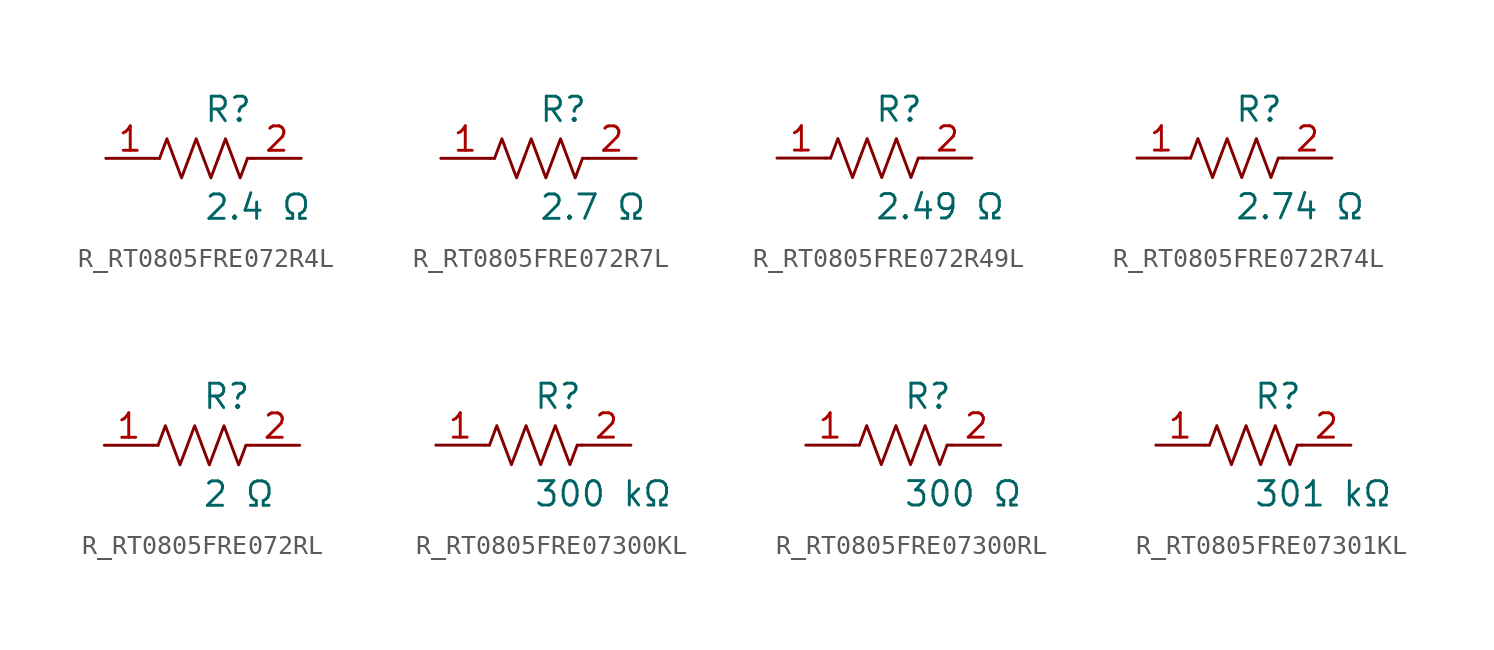
<source format=kicad_sym>
(kicad_symbol_lib
  (version 20231120)
  (generator kicad_symbol_editor)
  (generator_version 8.0)
  (symbol "R_RT0805FRE072R4L"
    (pin_names
      (offset 0.254))
    (property "Reference" "R"
      (at 0 2.54 0)
      (effects (font (size 1.27 1.27)) (justify left)))
    (property "Value" "2.4 Ω"
      (at 0 -2.54 0)
      (effects (font (size 1.27 1.27)) (justify left)))
    (symbol "R_RT0805FRE072R4L_0_1"
      (polyline (pts (xy 2.286 0) (xy 2.54 0)) (stroke (width 0) (type default)) (fill (type none)))
      (polyline (pts (xy -2.286 0) (xy -2.54 0)) (stroke (width 0) (type default)) (fill (type none)))
      (polyline (pts (xy 0.762 0) (xy 1.143 1.016) (xy 1.524 0) (xy 1.905 -1.016) (xy 2.286 0)) (stroke (width 0) (type default)) (fill (type none)))
      (polyline (pts (xy -0.762 0) (xy -0.381 1.016) (xy 0 0) (xy 0.381 -1.016) (xy 0.762 0)) (stroke (width 0) (type default)) (fill (type none)))
      (polyline (pts (xy -2.286 0) (xy -1.905 1.016) (xy -1.524 0) (xy -1.143 -1.016) (xy -0.762 0)) (stroke (width 0) (type default)) (fill (type none))))
    (pin passive line
      (at -5.08 0 0)
      (length 2.54)
      (name "" (effects (font (size 1.27 1.27))))
      (number "1" (effects (font (size 1.27 1.27)))))
    (pin passive line
      (at 5.08 0 180)
      (length 2.54)
      (name "" (effects (font (size 1.27 1.27))))
      (number "2" (effects (font (size 1.27 1.27))))))
  (symbol "R_RT0805FRE072R7L"
    (pin_names
      (offset 0.254))
    (property "Reference" "R"
      (at 0 2.54 0)
      (effects (font (size 1.27 1.27)) (justify left)))
    (property "Value" "2.7 Ω"
      (at 0 -2.54 0)
      (effects (font (size 1.27 1.27)) (justify left)))
    (symbol "R_RT0805FRE072R7L_0_1"
      (polyline (pts (xy 2.286 0) (xy 2.54 0)) (stroke (width 0) (type default)) (fill (type none)))
      (polyline (pts (xy -2.286 0) (xy -2.54 0)) (stroke (width 0) (type default)) (fill (type none)))
      (polyline (pts (xy 0.762 0) (xy 1.143 1.016) (xy 1.524 0) (xy 1.905 -1.016) (xy 2.286 0)) (stroke (width 0) (type default)) (fill (type none)))
      (polyline (pts (xy -0.762 0) (xy -0.381 1.016) (xy 0 0) (xy 0.381 -1.016) (xy 0.762 0)) (stroke (width 0) (type default)) (fill (type none)))
      (polyline (pts (xy -2.286 0) (xy -1.905 1.016) (xy -1.524 0) (xy -1.143 -1.016) (xy -0.762 0)) (stroke (width 0) (type default)) (fill (type none))))
    (pin passive line
      (at -5.08 0 0)
      (length 2.54)
      (name "" (effects (font (size 1.27 1.27))))
      (number "1" (effects (font (size 1.27 1.27)))))
    (pin passive line
      (at 5.08 0 180)
      (length 2.54)
      (name "" (effects (font (size 1.27 1.27))))
      (number "2" (effects (font (size 1.27 1.27))))))
  (symbol "R_RT0805FRE072R49L"
    (pin_names
      (offset 0.254))
    (property "Reference" "R"
      (at 0 2.54 0)
      (effects (font (size 1.27 1.27)) (justify left)))
    (property "Value" "2.49 Ω"
      (at 0 -2.54 0)
      (effects (font (size 1.27 1.27)) (justify left)))
    (symbol "R_RT0805FRE072R49L_0_1"
      (polyline (pts (xy 2.286 0) (xy 2.54 0)) (stroke (width 0) (type default)) (fill (type none)))
      (polyline (pts (xy -2.286 0) (xy -2.54 0)) (stroke (width 0) (type default)) (fill (type none)))
      (polyline (pts (xy 0.762 0) (xy 1.143 1.016) (xy 1.524 0) (xy 1.905 -1.016) (xy 2.286 0)) (stroke (width 0) (type default)) (fill (type none)))
      (polyline (pts (xy -0.762 0) (xy -0.381 1.016) (xy 0 0) (xy 0.381 -1.016) (xy 0.762 0)) (stroke (width 0) (type default)) (fill (type none)))
      (polyline (pts (xy -2.286 0) (xy -1.905 1.016) (xy -1.524 0) (xy -1.143 -1.016) (xy -0.762 0)) (stroke (width 0) (type default)) (fill (type none))))
    (pin passive line
      (at -5.08 0 0)
      (length 2.54)
      (name "" (effects (font (size 1.27 1.27))))
      (number "1" (effects (font (size 1.27 1.27)))))
    (pin passive line
      (at 5.08 0 180)
      (length 2.54)
      (name "" (effects (font (size 1.27 1.27))))
      (number "2" (effects (font (size 1.27 1.27))))))
  (symbol "R_RT0805FRE072R74L"
    (pin_names
      (offset 0.254))
    (property "Reference" "R"
      (at 0 2.54 0)
      (effects (font (size 1.27 1.27)) (justify left)))
    (property "Value" "2.74 Ω"
      (at 0 -2.54 0)
      (effects (font (size 1.27 1.27)) (justify left)))
    (symbol "R_RT0805FRE072R74L_0_1"
      (polyline (pts (xy 2.286 0) (xy 2.54 0)) (stroke (width 0) (type default)) (fill (type none)))
      (polyline (pts (xy -2.286 0) (xy -2.54 0)) (stroke (width 0) (type default)) (fill (type none)))
      (polyline (pts (xy 0.762 0) (xy 1.143 1.016) (xy 1.524 0) (xy 1.905 -1.016) (xy 2.286 0)) (stroke (width 0) (type default)) (fill (type none)))
      (polyline (pts (xy -0.762 0) (xy -0.381 1.016) (xy 0 0) (xy 0.381 -1.016) (xy 0.762 0)) (stroke (width 0) (type default)) (fill (type none)))
      (polyline (pts (xy -2.286 0) (xy -1.905 1.016) (xy -1.524 0) (xy -1.143 -1.016) (xy -0.762 0)) (stroke (width 0) (type default)) (fill (type none))))
    (pin passive line
      (at -5.08 0 0)
      (length 2.54)
      (name "" (effects (font (size 1.27 1.27))))
      (number "1" (effects (font (size 1.27 1.27)))))
    (pin passive line
      (at 5.08 0 180)
      (length 2.54)
      (name "" (effects (font (size 1.27 1.27))))
      (number "2" (effects (font (size 1.27 1.27))))))
  (symbol "R_RT0805FRE072RL"
    (pin_names
      (offset 0.254))
    (property "Reference" "R"
      (at 0 2.54 0)
      (effects (font (size 1.27 1.27)) (justify left)))
    (property "Value" "2 Ω"
      (at 0 -2.54 0)
      (effects (font (size 1.27 1.27)) (justify left)))
    (symbol "R_RT0805FRE072RL_0_1"
      (polyline (pts (xy 2.286 0) (xy 2.54 0)) (stroke (width 0) (type default)) (fill (type none)))
      (polyline (pts (xy -2.286 0) (xy -2.54 0)) (stroke (width 0) (type default)) (fill (type none)))
      (polyline (pts (xy 0.762 0) (xy 1.143 1.016) (xy 1.524 0) (xy 1.905 -1.016) (xy 2.286 0)) (stroke (width 0) (type default)) (fill (type none)))
      (polyline (pts (xy -0.762 0) (xy -0.381 1.016) (xy 0 0) (xy 0.381 -1.016) (xy 0.762 0)) (stroke (width 0) (type default)) (fill (type none)))
      (polyline (pts (xy -2.286 0) (xy -1.905 1.016) (xy -1.524 0) (xy -1.143 -1.016) (xy -0.762 0)) (stroke (width 0) (type default)) (fill (type none))))
    (pin passive line
      (at -5.08 0 0)
      (length 2.54)
      (name "" (effects (font (size 1.27 1.27))))
      (number "1" (effects (font (size 1.27 1.27)))))
    (pin passive line
      (at 5.08 0 180)
      (length 2.54)
      (name "" (effects (font (size 1.27 1.27))))
      (number "2" (effects (font (size 1.27 1.27))))))
  (symbol "R_RT0805FRE07300KL"
    (pin_names
      (offset 0.254))
    (property "Reference" "R"
      (at 0 2.54 0)
      (effects (font (size 1.27 1.27)) (justify left)))
    (property "Value" "300 kΩ"
      (at 0 -2.54 0)
      (effects (font (size 1.27 1.27)) (justify left)))
    (symbol "R_RT0805FRE07300KL_0_1"
      (polyline (pts (xy 2.286 0) (xy 2.54 0)) (stroke (width 0) (type default)) (fill (type none)))
      (polyline (pts (xy -2.286 0) (xy -2.54 0)) (stroke (width 0) (type default)) (fill (type none)))
      (polyline (pts (xy 0.762 0) (xy 1.143 1.016) (xy 1.524 0) (xy 1.905 -1.016) (xy 2.286 0)) (stroke (width 0) (type default)) (fill (type none)))
      (polyline (pts (xy -0.762 0) (xy -0.381 1.016) (xy 0 0) (xy 0.381 -1.016) (xy 0.762 0)) (stroke (width 0) (type default)) (fill (type none)))
      (polyline (pts (xy -2.286 0) (xy -1.905 1.016) (xy -1.524 0) (xy -1.143 -1.016) (xy -0.762 0)) (stroke (width 0) (type default)) (fill (type none))))
    (pin passive line
      (at -5.08 0 0)
      (length 2.54)
      (name "" (effects (font (size 1.27 1.27))))
      (number "1" (effects (font (size 1.27 1.27)))))
    (pin passive line
      (at 5.08 0 180)
      (length 2.54)
      (name "" (effects (font (size 1.27 1.27))))
      (number "2" (effects (font (size 1.27 1.27))))))
  (symbol "R_RT0805FRE07300RL"
    (pin_names
      (offset 0.254))
    (property "Reference" "R"
      (at 0 2.54 0)
      (effects (font (size 1.27 1.27)) (justify left)))
    (property "Value" "300 Ω"
      (at 0 -2.54 0)
      (effects (font (size 1.27 1.27)) (justify left)))
    (symbol "R_RT0805FRE07300RL_0_1"
      (polyline (pts (xy 2.286 0) (xy 2.54 0)) (stroke (width 0) (type default)) (fill (type none)))
      (polyline (pts (xy -2.286 0) (xy -2.54 0)) (stroke (width 0) (type default)) (fill (type none)))
      (polyline (pts (xy 0.762 0) (xy 1.143 1.016) (xy 1.524 0) (xy 1.905 -1.016) (xy 2.286 0)) (stroke (width 0) (type default)) (fill (type none)))
      (polyline (pts (xy -0.762 0) (xy -0.381 1.016) (xy 0 0) (xy 0.381 -1.016) (xy 0.762 0)) (stroke (width 0) (type default)) (fill (type none)))
      (polyline (pts (xy -2.286 0) (xy -1.905 1.016) (xy -1.524 0) (xy -1.143 -1.016) (xy -0.762 0)) (stroke (width 0) (type default)) (fill (type none))))
    (pin passive line
      (at -5.08 0 0)
      (length 2.54)
      (name "" (effects (font (size 1.27 1.27))))
      (number "1" (effects (font (size 1.27 1.27)))))
    (pin passive line
      (at 5.08 0 180)
      (length 2.54)
      (name "" (effects (font (size 1.27 1.27))))
      (number "2" (effects (font (size 1.27 1.27))))))
  (symbol "R_RT0805FRE07301KL"
    (pin_names
      (offset 0.254))
    (property "Reference" "R"
      (at 0 2.54 0)
      (effects (font (size 1.27 1.27)) (justify left)))
    (property "Value" "301 kΩ"
      (at 0 -2.54 0)
      (effects (font (size 1.27 1.27)) (justify left)))
    (symbol "R_RT0805FRE07301KL_0_1"
      (polyline (pts (xy 2.286 0) (xy 2.54 0)) (stroke (width 0) (type default)) (fill (type none)))
      (polyline (pts (xy -2.286 0) (xy -2.54 0)) (stroke (width 0) (type default)) (fill (type none)))
      (polyline (pts (xy 0.762 0) (xy 1.143 1.016) (xy 1.524 0) (xy 1.905 -1.016) (xy 2.286 0)) (stroke (width 0) (type default)) (fill (type none)))
      (polyline (pts (xy -0.762 0) (xy -0.381 1.016) (xy 0 0) (xy 0.381 -1.016) (xy 0.762 0)) (stroke (width 0) (type default)) (fill (type none)))
      (polyline (pts (xy -2.286 0) (xy -1.905 1.016) (xy -1.524 0) (xy -1.143 -1.016) (xy -0.762 0)) (stroke (width 0) (type default)) (fill (type none))))
    (pin passive line
      (at -5.08 0 0)
      (length 2.54)
      (name "" (effects (font (size 1.27 1.27))))
      (number "1" (effects (font (size 1.27 1.27)))))
    (pin passive line
      (at 5.08 0 180)
      (length 2.54)
      (name "" (effects (font (size 1.27 1.27))))
      (number "2" (effects (font (size 1.27 1.27)))))))
</source>
